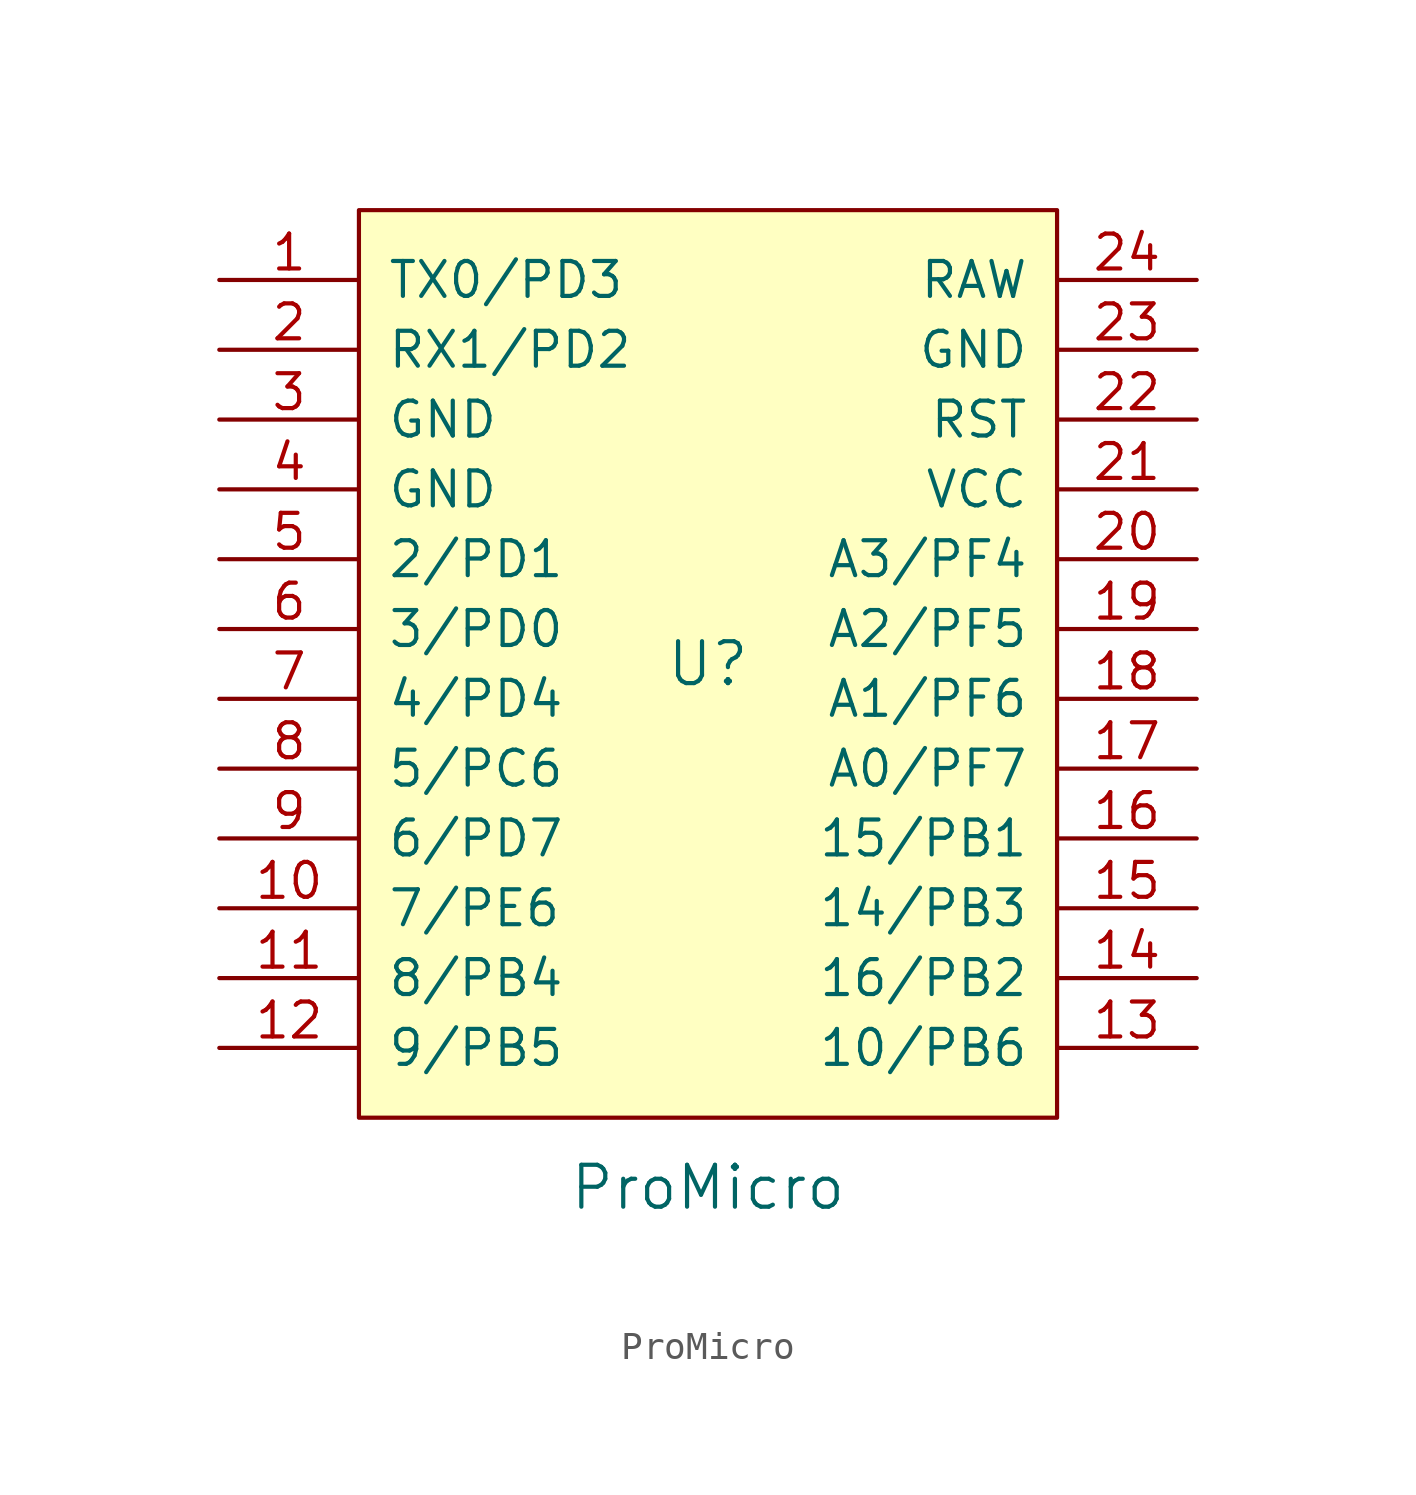
<source format=kicad_sym>
(kicad_symbol_lib
  (version 20231120)
  (generator "kicad_symbol_editor")
  (generator_version "8.0")
  (symbol "ProMicro"
    (pin_names
      (offset 1.016))
    (property "Reference" "U"
      (at 0 0 0)
      (effects (font (size 1.524 1.524))))
    (property "Value" "ProMicro"
      (at 0 -19.05 0)
      (effects (font (size 1.524 1.524))))
    (symbol "ProMicro_1_1"
      (rectangle (start -12.7 16.51) (end 12.7 -16.51) (stroke (width 0) (type solid)) (fill (type background)))
      (pin input line (at -17.78 13.97 0) (length 5.08) (name "TX0/PD3" (effects (font (size 1.27 1.27)))) (number "1" (effects (font (size 1.27 1.27)))))
      (pin input line (at -17.78 -8.89 0) (length 5.08) (name "7/PE6" (effects (font (size 1.27 1.27)))) (number "10" (effects (font (size 1.27 1.27)))))
      (pin input line (at -17.78 -11.43 0) (length 5.08) (name "8/PB4" (effects (font (size 1.27 1.27)))) (number "11" (effects (font (size 1.27 1.27)))))
      (pin input line (at -17.78 -13.97 0) (length 5.08) (name "9/PB5" (effects (font (size 1.27 1.27)))) (number "12" (effects (font (size 1.27 1.27)))))
      (pin input line (at 17.78 -13.97 180) (length 5.08) (name "10/PB6" (effects (font (size 1.27 1.27)))) (number "13" (effects (font (size 1.27 1.27)))))
      (pin input line (at 17.78 -11.43 180) (length 5.08) (name "16/PB2" (effects (font (size 1.27 1.27)))) (number "14" (effects (font (size 1.27 1.27)))))
      (pin input line (at 17.78 -8.89 180) (length 5.08) (name "14/PB3" (effects (font (size 1.27 1.27)))) (number "15" (effects (font (size 1.27 1.27)))))
      (pin input line (at 17.78 -6.35 180) (length 5.08) (name "15/PB1" (effects (font (size 1.27 1.27)))) (number "16" (effects (font (size 1.27 1.27)))))
      (pin input line (at 17.78 -3.81 180) (length 5.08) (name "A0/PF7" (effects (font (size 1.27 1.27)))) (number "17" (effects (font (size 1.27 1.27)))))
      (pin input line (at 17.78 -1.27 180) (length 5.08) (name "A1/PF6" (effects (font (size 1.27 1.27)))) (number "18" (effects (font (size 1.27 1.27)))))
      (pin input line (at 17.78 1.27 180) (length 5.08) (name "A2/PF5" (effects (font (size 1.27 1.27)))) (number "19" (effects (font (size 1.27 1.27)))))
      (pin input line (at -17.78 11.43 0) (length 5.08) (name "RX1/PD2" (effects (font (size 1.27 1.27)))) (number "2" (effects (font (size 1.27 1.27)))))
      (pin input line (at 17.78 3.81 180) (length 5.08) (name "A3/PF4" (effects (font (size 1.27 1.27)))) (number "20" (effects (font (size 1.27 1.27)))))
      (pin input line (at 17.78 6.35 180) (length 5.08) (name "VCC" (effects (font (size 1.27 1.27)))) (number "21" (effects (font (size 1.27 1.27)))))
      (pin input line (at 17.78 8.89 180) (length 5.08) (name "RST" (effects (font (size 1.27 1.27)))) (number "22" (effects (font (size 1.27 1.27)))))
      (pin input line (at 17.78 11.43 180) (length 5.08) (name "GND" (effects (font (size 1.27 1.27)))) (number "23" (effects (font (size 1.27 1.27)))))
      (pin input line (at 17.78 13.97 180) (length 5.08) (name "RAW" (effects (font (size 1.27 1.27)))) (number "24" (effects (font (size 1.27 1.27)))))
      (pin input line (at -17.78 8.89 0) (length 5.08) (name "GND" (effects (font (size 1.27 1.27)))) (number "3" (effects (font (size 1.27 1.27)))))
      (pin input line (at -17.78 6.35 0) (length 5.08) (name "GND" (effects (font (size 1.27 1.27)))) (number "4" (effects (font (size 1.27 1.27)))))
      (pin input line (at -17.78 3.81 0) (length 5.08) (name "2/PD1" (effects (font (size 1.27 1.27)))) (number "5" (effects (font (size 1.27 1.27)))))
      (pin input line (at -17.78 1.27 0) (length 5.08) (name "3/PD0" (effects (font (size 1.27 1.27)))) (number "6" (effects (font (size 1.27 1.27)))))
      (pin input line (at -17.78 -1.27 0) (length 5.08) (name "4/PD4" (effects (font (size 1.27 1.27)))) (number "7" (effects (font (size 1.27 1.27)))))
      (pin input line (at -17.78 -3.81 0) (length 5.08) (name "5/PC6" (effects (font (size 1.27 1.27)))) (number "8" (effects (font (size 1.27 1.27)))))
      (pin input line (at -17.78 -6.35 0) (length 5.08) (name "6/PD7" (effects (font (size 1.27 1.27)))) (number "9" (effects (font (size 1.27 1.27))))))))
</source>
